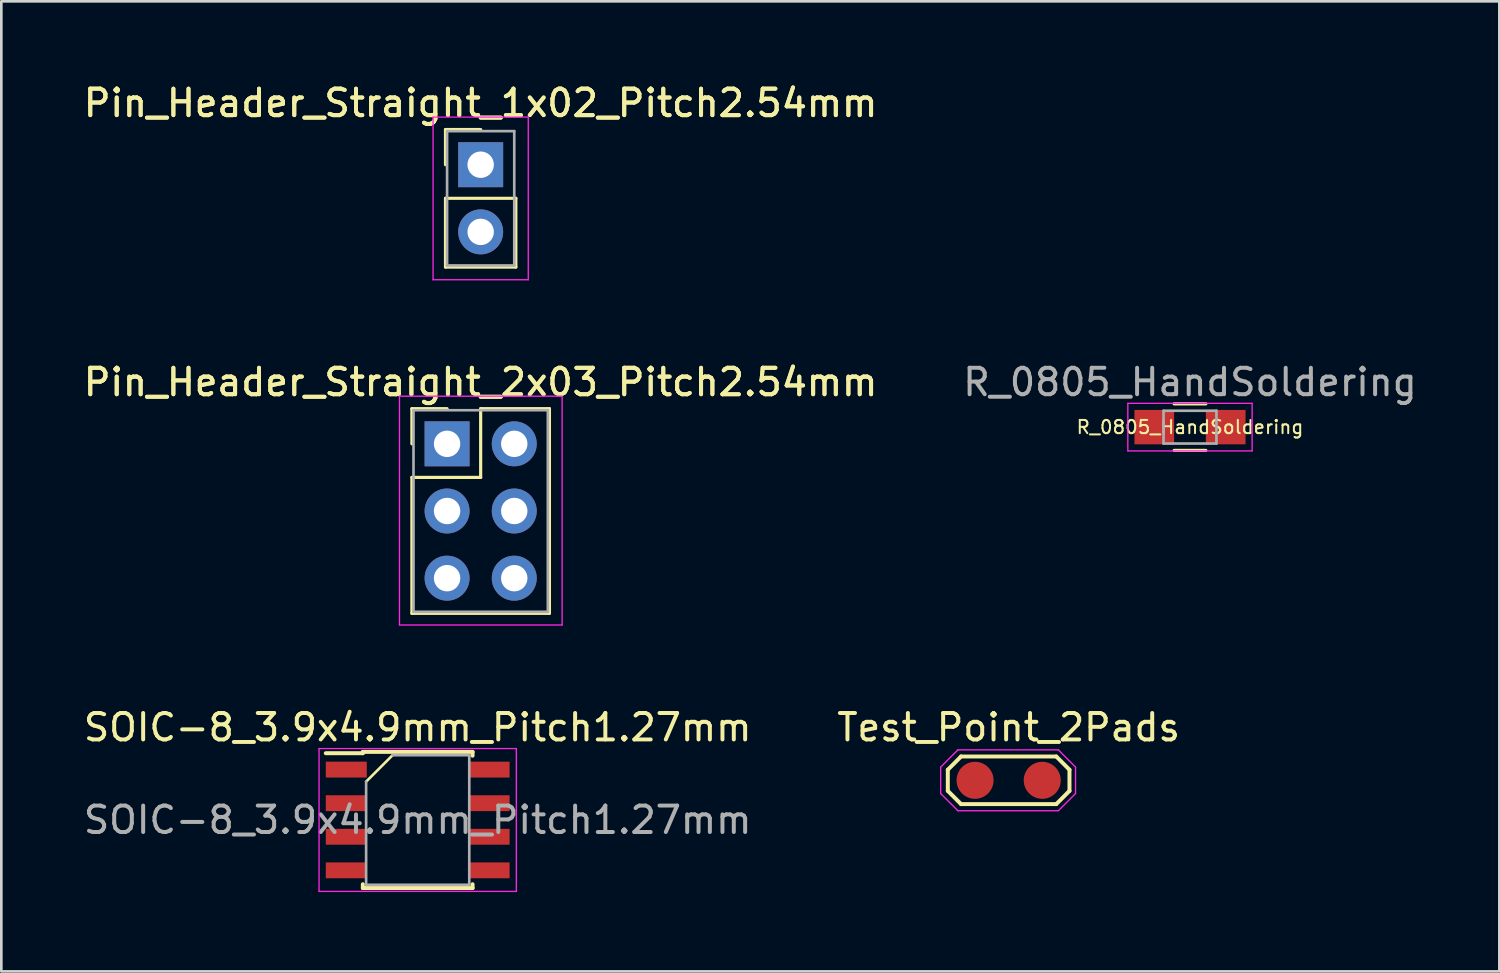
<source format=kicad_pcb>
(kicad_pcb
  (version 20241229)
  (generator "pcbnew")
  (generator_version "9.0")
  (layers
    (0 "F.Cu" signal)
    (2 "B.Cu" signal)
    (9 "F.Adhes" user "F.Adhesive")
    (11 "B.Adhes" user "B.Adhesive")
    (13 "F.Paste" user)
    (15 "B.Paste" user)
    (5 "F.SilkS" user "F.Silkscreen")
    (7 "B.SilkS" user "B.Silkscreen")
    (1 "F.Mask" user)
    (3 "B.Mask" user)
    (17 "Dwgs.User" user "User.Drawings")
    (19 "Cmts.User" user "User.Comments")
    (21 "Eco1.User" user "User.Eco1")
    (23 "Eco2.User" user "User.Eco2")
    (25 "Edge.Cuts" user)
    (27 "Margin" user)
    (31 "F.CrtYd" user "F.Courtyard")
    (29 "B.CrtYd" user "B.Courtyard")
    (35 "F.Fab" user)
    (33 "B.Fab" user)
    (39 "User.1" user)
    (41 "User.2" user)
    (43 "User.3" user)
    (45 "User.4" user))
  (footprint "SOIC-8_3.9x4.9mm_Pitch1.27mm"
    (layer "F.Cu")
    (at 12.744 27.955)
    (property "Reference" "SOIC-8_3.9x4.9mm_Pitch1.27mm" (at 0 -3.5 0) (layer "F.SilkS") (effects (font (size 1 1) (thickness 0.15))))
    (attr smd)
    (fp_line (start -2.075 -2.575) (end -2.075 -2.525) (stroke (width 0.15) (type solid)) (layer "F.SilkS"))
    (fp_line (start -2.075 -2.575) (end 2.075 -2.575) (stroke (width 0.15) (type solid)) (layer "F.SilkS"))
    (fp_line (start -2.075 -2.525) (end -3.475 -2.525) (stroke (width 0.15) (type solid)) (layer "F.SilkS"))
    (fp_line (start -2.075 2.575) (end -2.075 2.43) (stroke (width 0.15) (type solid)) (layer "F.SilkS"))
    (fp_line (start -2.075 2.575) (end 2.075 2.575) (stroke (width 0.15) (type solid)) (layer "F.SilkS"))
    (fp_line (start -1.95 -1.45) (end -0.95 -2.45) (stroke (width 0.1) (type solid)) (layer "F.SilkS"))
    (fp_line (start 2.075 -2.575) (end 2.075 -2.43) (stroke (width 0.15) (type solid)) (layer "F.SilkS"))
    (fp_line (start 2.075 2.575) (end 2.075 2.43) (stroke (width 0.15) (type solid)) (layer "F.SilkS"))
    (fp_line (start -3.73 -2.7) (end -3.73 2.7) (stroke (width 0.05) (type solid)) (layer "F.CrtYd"))
    (fp_line (start -3.73 -2.7) (end 3.73 -2.7) (stroke (width 0.05) (type solid)) (layer "F.CrtYd"))
    (fp_line (start -3.73 2.7) (end 3.73 2.7) (stroke (width 0.05) (type solid)) (layer "F.CrtYd"))
    (fp_line (start 3.73 -2.7) (end 3.73 2.7) (stroke (width 0.05) (type solid)) (layer "F.CrtYd"))
    (fp_line (start -1.95 2.45) (end -1.95 -1.45) (stroke (width 0.1) (type solid)) (layer "F.Fab"))
    (fp_line (start -0.95 -2.45) (end 1.95 -2.45) (stroke (width 0.1) (type solid)) (layer "F.Fab"))
    (fp_line (start 1.95 -2.45) (end 1.95 2.45) (stroke (width 0.1) (type solid)) (layer "F.Fab"))
    (fp_line (start 1.95 2.45) (end -1.95 2.45) (stroke (width 0.1) (type solid)) (layer "F.Fab"))
    (fp_text user "${REFERENCE}" (at 0 0 0) (layer "F.Fab") (effects (font (size 1 1) (thickness 0.15))))
    (pad "1" smd rect (at -2.7 -1.905) (size 1.55 0.6) (layers "F.Cu" "F.Mask" "F.Paste"))
    (pad "2" smd rect (at -2.7 -0.635) (size 1.55 0.6) (layers "F.Cu" "F.Mask" "F.Paste"))
    (pad "3" smd rect (at -2.7 0.635) (size 1.55 0.6) (layers "F.Cu" "F.Mask" "F.Paste"))
    (pad "4" smd rect (at -2.7 1.905) (size 1.55 0.6) (layers "F.Cu" "F.Mask" "F.Paste"))
    (pad "5" smd rect (at 2.7 1.905) (size 1.55 0.6) (layers "F.Cu" "F.Mask" "F.Paste"))
    (pad "6" smd rect (at 2.7 0.635) (size 1.55 0.6) (layers "F.Cu" "F.Mask" "F.Paste"))
    (pad "7" smd rect (at 2.7 -0.635) (size 1.55 0.6) (layers "F.Cu" "F.Mask" "F.Paste"))
    (pad "8" smd rect (at 2.7 -1.905) (size 1.55 0.6) (layers "F.Cu" "F.Mask" "F.Paste")))
  (footprint "R_0805_HandSoldering"
    (layer "F.Cu")
    (at 41.946 13.101)
    (property "Reference" "R_0805_HandSoldering" (at 0 -1.7 0) (layer "F.Fab") (effects (font (size 1 1) (thickness 0.15))))
    (attr smd)
    (fp_line (start -0.6 -0.88) (end 0.6 -0.88) (stroke (width 0.12) (type solid)) (layer "F.SilkS"))
    (fp_line (start 0.6 0.88) (end -0.6 0.88) (stroke (width 0.12) (type solid)) (layer "F.SilkS"))
    (fp_line (start -2.35 -0.9) (end -2.35 0.9) (stroke (width 0.05) (type solid)) (layer "F.CrtYd"))
    (fp_line (start -2.35 -0.9) (end 2.35 -0.9) (stroke (width 0.05) (type solid)) (layer "F.CrtYd"))
    (fp_line (start 2.35 0.9) (end -2.35 0.9) (stroke (width 0.05) (type solid)) (layer "F.CrtYd"))
    (fp_line (start 2.35 0.9) (end 2.35 -0.9) (stroke (width 0.05) (type solid)) (layer "F.CrtYd"))
    (fp_line (start -1 -0.62) (end 1 -0.62) (stroke (width 0.1) (type solid)) (layer "F.Fab"))
    (fp_line (start -1 0.62) (end -1 -0.62) (stroke (width 0.1) (type solid)) (layer "F.Fab"))
    (fp_line (start 1 -0.62) (end 1 0.62) (stroke (width 0.1) (type solid)) (layer "F.Fab"))
    (fp_line (start 1 0.62) (end -1 0.62) (stroke (width 0.1) (type solid)) (layer "F.Fab"))
    (fp_text user "${REFERENCE}" (at 0 0 0) (layer "F.SilkS") (effects (font (size 0.5 0.5) (thickness 0.075))))
    (pad "1" smd rect (at -1.35 0) (size 1.5 1.3) (layers "F.Cu" "F.Mask" "F.Paste"))
    (pad "2" smd rect (at 1.35 0) (size 1.5 1.3) (layers "F.Cu" "F.Mask" "F.Paste")))
  (footprint "Pin_Header_Straight_2x03_Pitch2.54mm"
    (layer "F.Cu")
    (at 13.855 13.732)
    (property "Reference" "Pin_Header_Straight_2x03_Pitch2.54mm" (at 1.27 -2.33 0) (layer "F.SilkS") (effects (font (size 1 1) (thickness 0.15))))
    (attr through_hole)
    (fp_line (start -1.33 -1.33) (end 0 -1.33) (stroke (width 0.12) (type solid)) (layer "F.SilkS"))
    (fp_line (start -1.33 0) (end -1.33 -1.33) (stroke (width 0.12) (type solid)) (layer "F.SilkS"))
    (fp_line (start -1.33 1.27) (end -1.33 6.41) (stroke (width 0.12) (type solid)) (layer "F.SilkS"))
    (fp_line (start -1.33 6.41) (end 3.87 6.41) (stroke (width 0.12) (type solid)) (layer "F.SilkS"))
    (fp_line (start 1.27 -1.33) (end 1.27 1.27) (stroke (width 0.12) (type solid)) (layer "F.SilkS"))
    (fp_line (start 1.27 1.27) (end -1.33 1.27) (stroke (width 0.12) (type solid)) (layer "F.SilkS"))
    (fp_line (start 3.87 -1.33) (end 1.27 -1.33) (stroke (width 0.12) (type solid)) (layer "F.SilkS"))
    (fp_line (start 3.87 6.41) (end 3.87 -1.33) (stroke (width 0.12) (type solid)) (layer "F.SilkS"))
    (fp_line (start -1.8 -1.8) (end -1.8 6.85) (stroke (width 0.05) (type solid)) (layer "F.CrtYd"))
    (fp_line (start -1.8 6.85) (end 4.35 6.85) (stroke (width 0.05) (type solid)) (layer "F.CrtYd"))
    (fp_line (start 4.35 -1.8) (end -1.8 -1.8) (stroke (width 0.05) (type solid)) (layer "F.CrtYd"))
    (fp_line (start 4.35 6.85) (end 4.35 -1.8) (stroke (width 0.05) (type solid)) (layer "F.CrtYd"))
    (fp_line (start -1.27 -1.27) (end -1.27 6.35) (stroke (width 0.1) (type solid)) (layer "F.Fab"))
    (fp_line (start -1.27 6.35) (end 3.81 6.35) (stroke (width 0.1) (type solid)) (layer "F.Fab"))
    (fp_line (start 3.81 -1.27) (end -1.27 -1.27) (stroke (width 0.1) (type solid)) (layer "F.Fab"))
    (fp_line (start 3.81 6.35) (end 3.81 -1.27) (stroke (width 0.1) (type solid)) (layer "F.Fab"))
    (fp_text user "${REFERENCE}" (at 1.27 -2.33 0) (layer "F.SilkS") (effects (font (size 1 1) (thickness 0.15))))
    (pad "1" thru_hole rect (at 0 0) (size 1.7 1.7) (drill 1) (layers "*.Cu" "*.Mask"))
    (pad "2" thru_hole oval (at 2.54 0) (size 1.7 1.7) (drill 1) (layers "*.Cu" "*.Mask"))
    (pad "3" thru_hole oval (at 0 2.54) (size 1.7 1.7) (drill 1) (layers "*.Cu" "*.Mask"))
    (pad "4" thru_hole oval (at 2.54 2.54) (size 1.7 1.7) (drill 1) (layers "*.Cu" "*.Mask"))
    (pad "5" thru_hole oval (at 0 5.08) (size 1.7 1.7) (drill 1) (layers "*.Cu" "*.Mask"))
    (pad "6" thru_hole oval (at 2.54 5.08) (size 1.7 1.7) (drill 1) (layers "*.Cu" "*.Mask")))
  (footprint "Pin_Header_Straight_1x02_Pitch2.54mm"
    (layer "F.Cu")
    (at 15.125 3.178)
    (property "Reference" "Pin_Header_Straight_1x02_Pitch2.54mm" (at 0 -2.33 0) (layer "F.SilkS") (effects (font (size 1 1) (thickness 0.15))))
    (attr through_hole)
    (fp_line (start -1.33 -1.33) (end 0 -1.33) (stroke (width 0.12) (type solid)) (layer "F.SilkS"))
    (fp_line (start -1.33 0) (end -1.33 -1.33) (stroke (width 0.12) (type solid)) (layer "F.SilkS"))
    (fp_line (start -1.33 1.27) (end -1.33 3.87) (stroke (width 0.12) (type solid)) (layer "F.SilkS"))
    (fp_line (start -1.33 3.87) (end 1.33 3.87) (stroke (width 0.12) (type solid)) (layer "F.SilkS"))
    (fp_line (start 1.33 1.27) (end -1.33 1.27) (stroke (width 0.12) (type solid)) (layer "F.SilkS"))
    (fp_line (start 1.33 3.87) (end 1.33 1.27) (stroke (width 0.12) (type solid)) (layer "F.SilkS"))
    (fp_line (start -1.8 -1.8) (end -1.8 4.35) (stroke (width 0.05) (type solid)) (layer "F.CrtYd"))
    (fp_line (start -1.8 4.35) (end 1.8 4.35) (stroke (width 0.05) (type solid)) (layer "F.CrtYd"))
    (fp_line (start 1.8 -1.8) (end -1.8 -1.8) (stroke (width 0.05) (type solid)) (layer "F.CrtYd"))
    (fp_line (start 1.8 4.35) (end 1.8 -1.8) (stroke (width 0.05) (type solid)) (layer "F.CrtYd"))
    (fp_line (start -1.27 -1.27) (end -1.27 3.81) (stroke (width 0.1) (type solid)) (layer "F.Fab"))
    (fp_line (start -1.27 3.81) (end 1.27 3.81) (stroke (width 0.1) (type solid)) (layer "F.Fab"))
    (fp_line (start 1.27 -1.27) (end -1.27 -1.27) (stroke (width 0.1) (type solid)) (layer "F.Fab"))
    (fp_line (start 1.27 3.81) (end 1.27 -1.27) (stroke (width 0.1) (type solid)) (layer "F.Fab"))
    (fp_text user "${REFERENCE}" (at 0 -2.33 0) (layer "F.SilkS") (effects (font (size 1 1) (thickness 0.15))))
    (pad "1" thru_hole rect (at 0 0) (size 1.7 1.7) (drill 1) (layers "*.Cu" "*.Mask"))
    (pad "2" thru_hole oval (at 0 2.54) (size 1.7 1.7) (drill 1) (layers "*.Cu" "*.Mask")))
  (footprint "Test_Point_2Pads"
    (layer "F.Cu")
    (at 33.819 26.455)
    (property "Reference" "Test_Point_2Pads" (at 1.27 -2 0) (layer "F.SilkS") (effects (font (size 1 1) (thickness 0.15))))
    (attr exclude_from_pos_files exclude_from_bom)
    (fp_line (start -1.03 -0.4) (end -0.53 -0.9) (stroke (width 0.15) (type solid)) (layer "F.SilkS"))
    (fp_line (start -1.03 0.4) (end -1.03 -0.4) (stroke (width 0.15) (type solid)) (layer "F.SilkS"))
    (fp_line (start -0.53 -0.9) (end 3.07 -0.9) (stroke (width 0.15) (type solid)) (layer "F.SilkS"))
    (fp_line (start -0.53 0.9) (end -1.03 0.4) (stroke (width 0.15) (type solid)) (layer "F.SilkS"))
    (fp_line (start 3.07 -0.9) (end 3.57 -0.4) (stroke (width 0.15) (type solid)) (layer "F.SilkS"))
    (fp_line (start 3.07 0.9) (end -0.53 0.9) (stroke (width 0.15) (type solid)) (layer "F.SilkS"))
    (fp_line (start 3.57 -0.4) (end 3.57 0.4) (stroke (width 0.15) (type solid)) (layer "F.SilkS"))
    (fp_line (start 3.57 0.4) (end 3.07 0.9) (stroke (width 0.15) (type solid)) (layer "F.SilkS"))
    (fp_line (start -1.3 -0.5) (end -1.3 0.5) (stroke (width 0.05) (type solid)) (layer "F.CrtYd"))
    (fp_line (start -1.3 0.5) (end -0.65 1.15) (stroke (width 0.05) (type solid)) (layer "F.CrtYd"))
    (fp_line (start -0.65 -1.15) (end -1.3 -0.5) (stroke (width 0.05) (type solid)) (layer "F.CrtYd"))
    (fp_line (start -0.65 1.15) (end 3.15 1.15) (stroke (width 0.05) (type solid)) (layer "F.CrtYd"))
    (fp_line (start 3.15 -1.15) (end -0.65 -1.15) (stroke (width 0.05) (type solid)) (layer "F.CrtYd"))
    (fp_line (start 3.15 1.15) (end 3.8 0.5) (stroke (width 0.05) (type solid)) (layer "F.CrtYd"))
    (fp_line (start 3.8 -0.5) (end 3.15 -1.15) (stroke (width 0.05) (type solid)) (layer "F.CrtYd"))
    (fp_line (start 3.8 0.5) (end 3.8 -0.5) (stroke (width 0.05) (type solid)) (layer "F.CrtYd"))
    (pad "1" smd circle (at 0 0) (size 1.4 1.4) (layers "F.Cu" "F.Mask" "F.Paste"))
    (pad "2" smd circle (at 2.54 0) (size 1.4 1.4) (layers "F.Cu" "F.Mask" "F.Paste")))
  (gr_rect
    (start -3 -3)
    (end 53.643 33.68)
    (stroke (width 0.1) (type default))
    (fill no)
    (layer "Edge.Cuts")))
</source>
